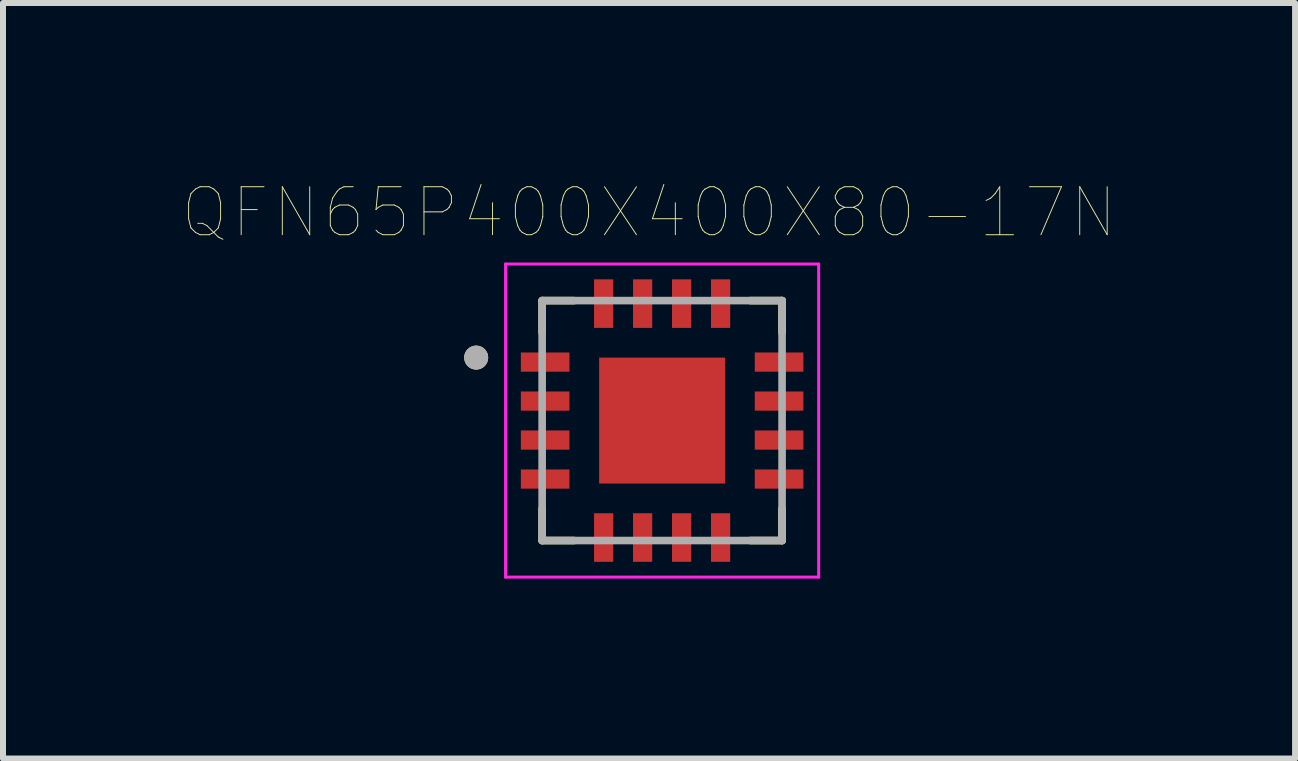
<source format=kicad_pcb>
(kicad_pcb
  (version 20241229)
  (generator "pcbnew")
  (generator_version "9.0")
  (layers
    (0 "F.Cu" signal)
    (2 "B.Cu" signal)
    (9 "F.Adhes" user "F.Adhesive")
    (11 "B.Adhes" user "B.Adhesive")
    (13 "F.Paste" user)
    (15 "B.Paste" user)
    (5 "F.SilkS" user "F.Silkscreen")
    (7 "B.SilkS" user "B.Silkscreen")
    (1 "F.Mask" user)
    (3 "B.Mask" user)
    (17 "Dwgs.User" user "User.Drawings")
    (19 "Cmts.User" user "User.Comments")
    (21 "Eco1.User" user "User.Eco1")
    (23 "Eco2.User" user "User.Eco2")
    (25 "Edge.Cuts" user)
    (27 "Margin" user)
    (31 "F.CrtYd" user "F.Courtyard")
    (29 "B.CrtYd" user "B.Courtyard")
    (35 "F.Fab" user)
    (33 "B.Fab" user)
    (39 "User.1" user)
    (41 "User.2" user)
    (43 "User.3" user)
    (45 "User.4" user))
  (footprint "QFN65P400X400X80-17N"
    (layer "F.Cu")
    (at 7.989 3.962)
    (property "Reference" "QFN65P400X400X80-17N" (at -0.218 -3.468 0) (layer "F.SilkS") (effects (font (size 0.8 0.8) (thickness 0.015))))
    (attr through_hole)
    (fp_line (start -2 -2) (end -1.47 -2) (stroke (width 0.127) (type solid)) (layer "F.SilkS"))
    (fp_line (start -2 -1.47) (end -2 -2) (stroke (width 0.127) (type solid)) (layer "F.SilkS"))
    (fp_line (start -2 2) (end -2 1.47) (stroke (width 0.127) (type solid)) (layer "F.SilkS"))
    (fp_line (start -1.47 2) (end -2 2) (stroke (width 0.127) (type solid)) (layer "F.SilkS"))
    (fp_line (start 1.47 -2) (end 2 -2) (stroke (width 0.127) (type solid)) (layer "F.SilkS"))
    (fp_line (start 2 -2) (end 2 -1.47) (stroke (width 0.127) (type solid)) (layer "F.SilkS"))
    (fp_line (start 2 1.47) (end 2 2) (stroke (width 0.127) (type solid)) (layer "F.SilkS"))
    (fp_line (start 2 2) (end 1.47 2) (stroke (width 0.127) (type solid)) (layer "F.SilkS"))
    (fp_circle (center -3.1 -1.05) (end -3 -1.05) (stroke (width 0.2) (type solid)) (fill no) (layer "F.SilkS"))
    (fp_poly (pts (xy -0.79 -0.79) (xy -0.13 -0.79) (xy -0.13 -0.13) (xy -0.79 -0.13)) (stroke (width 0.01) (type solid)) (fill yes) (layer "F.Paste"))
    (fp_poly (pts (xy -0.79 0.13) (xy -0.13 0.13) (xy -0.13 0.79) (xy -0.79 0.79)) (stroke (width 0.01) (type solid)) (fill yes) (layer "F.Paste"))
    (fp_poly (pts (xy 0.13 -0.79) (xy 0.79 -0.79) (xy 0.79 -0.13) (xy 0.13 -0.13)) (stroke (width 0.01) (type solid)) (fill yes) (layer "F.Paste"))
    (fp_poly (pts (xy 0.13 0.13) (xy 0.79 0.13) (xy 0.79 0.79) (xy 0.13 0.79)) (stroke (width 0.01) (type solid)) (fill yes) (layer "F.Paste"))
    (fp_line (start -2.61 -2.61) (end 2.61 -2.61) (stroke (width 0.05) (type solid)) (layer "F.CrtYd"))
    (fp_line (start -2.61 2.61) (end -2.61 -2.61) (stroke (width 0.05) (type solid)) (layer "F.CrtYd"))
    (fp_line (start 2.61 -2.61) (end 2.61 2.61) (stroke (width 0.05) (type solid)) (layer "F.CrtYd"))
    (fp_line (start 2.61 2.61) (end -2.61 2.61) (stroke (width 0.05) (type solid)) (layer "F.CrtYd"))
    (fp_line (start -2 -2) (end 2 -2) (stroke (width 0.127) (type solid)) (layer "F.Fab"))
    (fp_line (start -2 2) (end -2 -2) (stroke (width 0.127) (type solid)) (layer "F.Fab"))
    (fp_line (start 2 -2) (end 2 2) (stroke (width 0.127) (type solid)) (layer "F.Fab"))
    (fp_line (start 2 2) (end -2 2) (stroke (width 0.127) (type solid)) (layer "F.Fab"))
    (fp_circle (center -3.1 -1.05) (end -3 -1.05) (stroke (width 0.2) (type solid)) (fill no) (layer "F.Fab"))
    (pad "1" smd rect (at -1.95 -0.975) (size 0.81 0.32) (layers "F.Cu" "F.Mask" "F.Paste"))
    (pad "2" smd rect (at -1.95 -0.325) (size 0.81 0.32) (layers "F.Cu" "F.Mask" "F.Paste"))
    (pad "3" smd rect (at -1.95 0.325) (size 0.81 0.32) (layers "F.Cu" "F.Mask" "F.Paste"))
    (pad "4" smd rect (at -1.95 0.975) (size 0.81 0.32) (layers "F.Cu" "F.Mask" "F.Paste"))
    (pad "5" smd rect (at -0.975 1.95) (size 0.32 0.81) (layers "F.Cu" "F.Mask" "F.Paste"))
    (pad "6" smd rect (at -0.325 1.95) (size 0.32 0.81) (layers "F.Cu" "F.Mask" "F.Paste"))
    (pad "7" smd rect (at 0.325 1.95) (size 0.32 0.81) (layers "F.Cu" "F.Mask" "F.Paste"))
    (pad "8" smd rect (at 0.975 1.95) (size 0.32 0.81) (layers "F.Cu" "F.Mask" "F.Paste"))
    (pad "9" smd rect (at 1.95 0.975) (size 0.81 0.32) (layers "F.Cu" "F.Mask" "F.Paste"))
    (pad "10" smd rect (at 1.95 0.325) (size 0.81 0.32) (layers "F.Cu" "F.Mask" "F.Paste"))
    (pad "11" smd rect (at 1.95 -0.325) (size 0.81 0.32) (layers "F.Cu" "F.Mask" "F.Paste"))
    (pad "12" smd rect (at 1.95 -0.975) (size 0.81 0.32) (layers "F.Cu" "F.Mask" "F.Paste"))
    (pad "13" smd rect (at 0.975 -1.95) (size 0.32 0.81) (layers "F.Cu" "F.Mask" "F.Paste"))
    (pad "14" smd rect (at 0.325 -1.95) (size 0.32 0.81) (layers "F.Cu" "F.Mask" "F.Paste"))
    (pad "15" smd rect (at -0.325 -1.95) (size 0.32 0.81) (layers "F.Cu" "F.Mask" "F.Paste"))
    (pad "16" smd rect (at -0.975 -1.95) (size 0.32 0.81) (layers "F.Cu" "F.Mask" "F.Paste"))
    (pad "17" smd rect (at 0 0) (size 2.1 2.1) (layers "F.Cu" "F.Mask")))
  (gr_rect
    (start -3 -3)
    (end 18.542 9.597)
    (stroke (width 0.1) (type default))
    (fill no)
    (layer "Edge.Cuts")))
</source>
